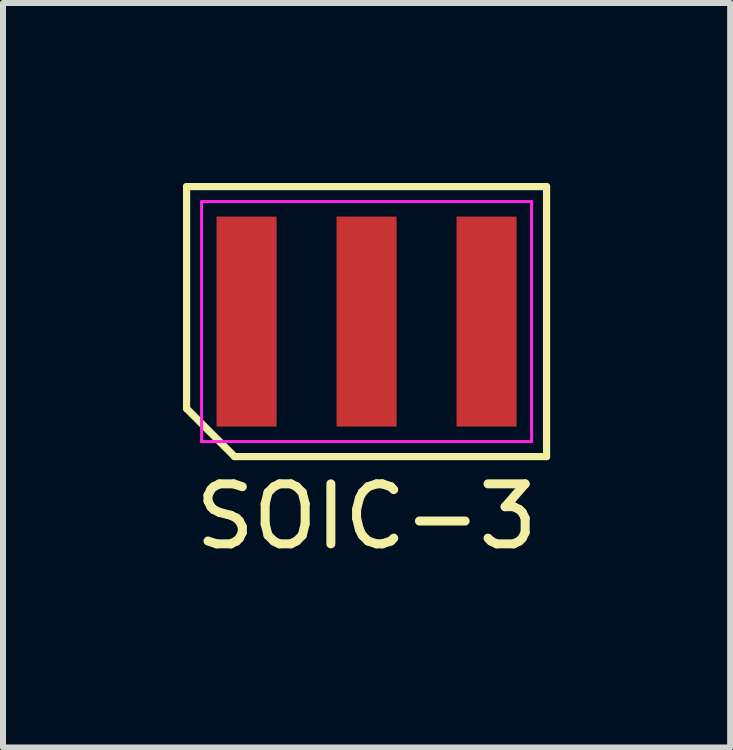
<source format=kicad_pcb>
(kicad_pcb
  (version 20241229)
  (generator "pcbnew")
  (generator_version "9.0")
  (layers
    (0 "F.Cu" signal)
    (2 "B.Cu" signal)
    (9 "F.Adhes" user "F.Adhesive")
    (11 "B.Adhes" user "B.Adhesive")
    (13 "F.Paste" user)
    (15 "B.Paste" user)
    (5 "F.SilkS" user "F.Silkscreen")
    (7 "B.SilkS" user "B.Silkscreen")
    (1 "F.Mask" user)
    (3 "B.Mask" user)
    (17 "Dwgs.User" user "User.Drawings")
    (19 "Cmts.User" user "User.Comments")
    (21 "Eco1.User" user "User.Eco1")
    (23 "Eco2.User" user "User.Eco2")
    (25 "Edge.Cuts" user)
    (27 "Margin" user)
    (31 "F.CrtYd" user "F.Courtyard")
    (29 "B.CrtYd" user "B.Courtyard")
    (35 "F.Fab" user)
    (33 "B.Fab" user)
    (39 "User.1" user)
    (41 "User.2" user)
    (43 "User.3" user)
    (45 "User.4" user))
  (footprint "SOIC-3"
    (layer "F.Cu")
    (at 3.06 2.31)
    (property "Reference" "SOIC-3" (at 0 3.25 0) (layer "F.SilkS") (effects (font (size 1 1) (thickness 0.15))))
    (attr smd)
    (fp_line (start -3 -2.25) (end 3 -2.25) (stroke (width 0.12) (type solid)) (layer "F.SilkS"))
    (fp_line (start -3 1.45) (end -3 -2.25) (stroke (width 0.12) (type solid)) (layer "F.SilkS"))
    (fp_line (start -2.2 2.25) (end -3 1.45) (stroke (width 0.12) (type solid)) (layer "F.SilkS"))
    (fp_line (start 3 -2.25) (end 3 2.25) (stroke (width 0.12) (type solid)) (layer "F.SilkS"))
    (fp_line (start 3 2.25) (end -2.2 2.25) (stroke (width 0.12) (type solid)) (layer "F.SilkS"))
    (fp_line (start -2.75 -2) (end 2.75 -2) (stroke (width 0.05) (type solid)) (layer "F.CrtYd"))
    (fp_line (start -2.75 2) (end -2.75 -2) (stroke (width 0.05) (type solid)) (layer "F.CrtYd"))
    (fp_line (start 2.75 -2) (end 2.75 2) (stroke (width 0.05) (type solid)) (layer "F.CrtYd"))
    (fp_line (start 2.75 2) (end -2.75 2) (stroke (width 0.05) (type solid)) (layer "F.CrtYd"))
    (pad "1" smd rect (at -2 0) (size 1 3.5) (layers "F.Cu" "F.Mask" "F.Paste"))
    (pad "2" smd rect (at 0 0) (size 1 3.5) (layers "F.Cu" "F.Mask" "F.Paste"))
    (pad "3" smd rect (at 2 0) (size 1 3.5) (layers "F.Cu" "F.Mask" "F.Paste")))
  (gr_rect
    (start -3 -3)
    (end 9.12 9.408)
    (stroke (width 0.1) (type default))
    (fill no)
    (layer "Edge.Cuts")))
</source>
